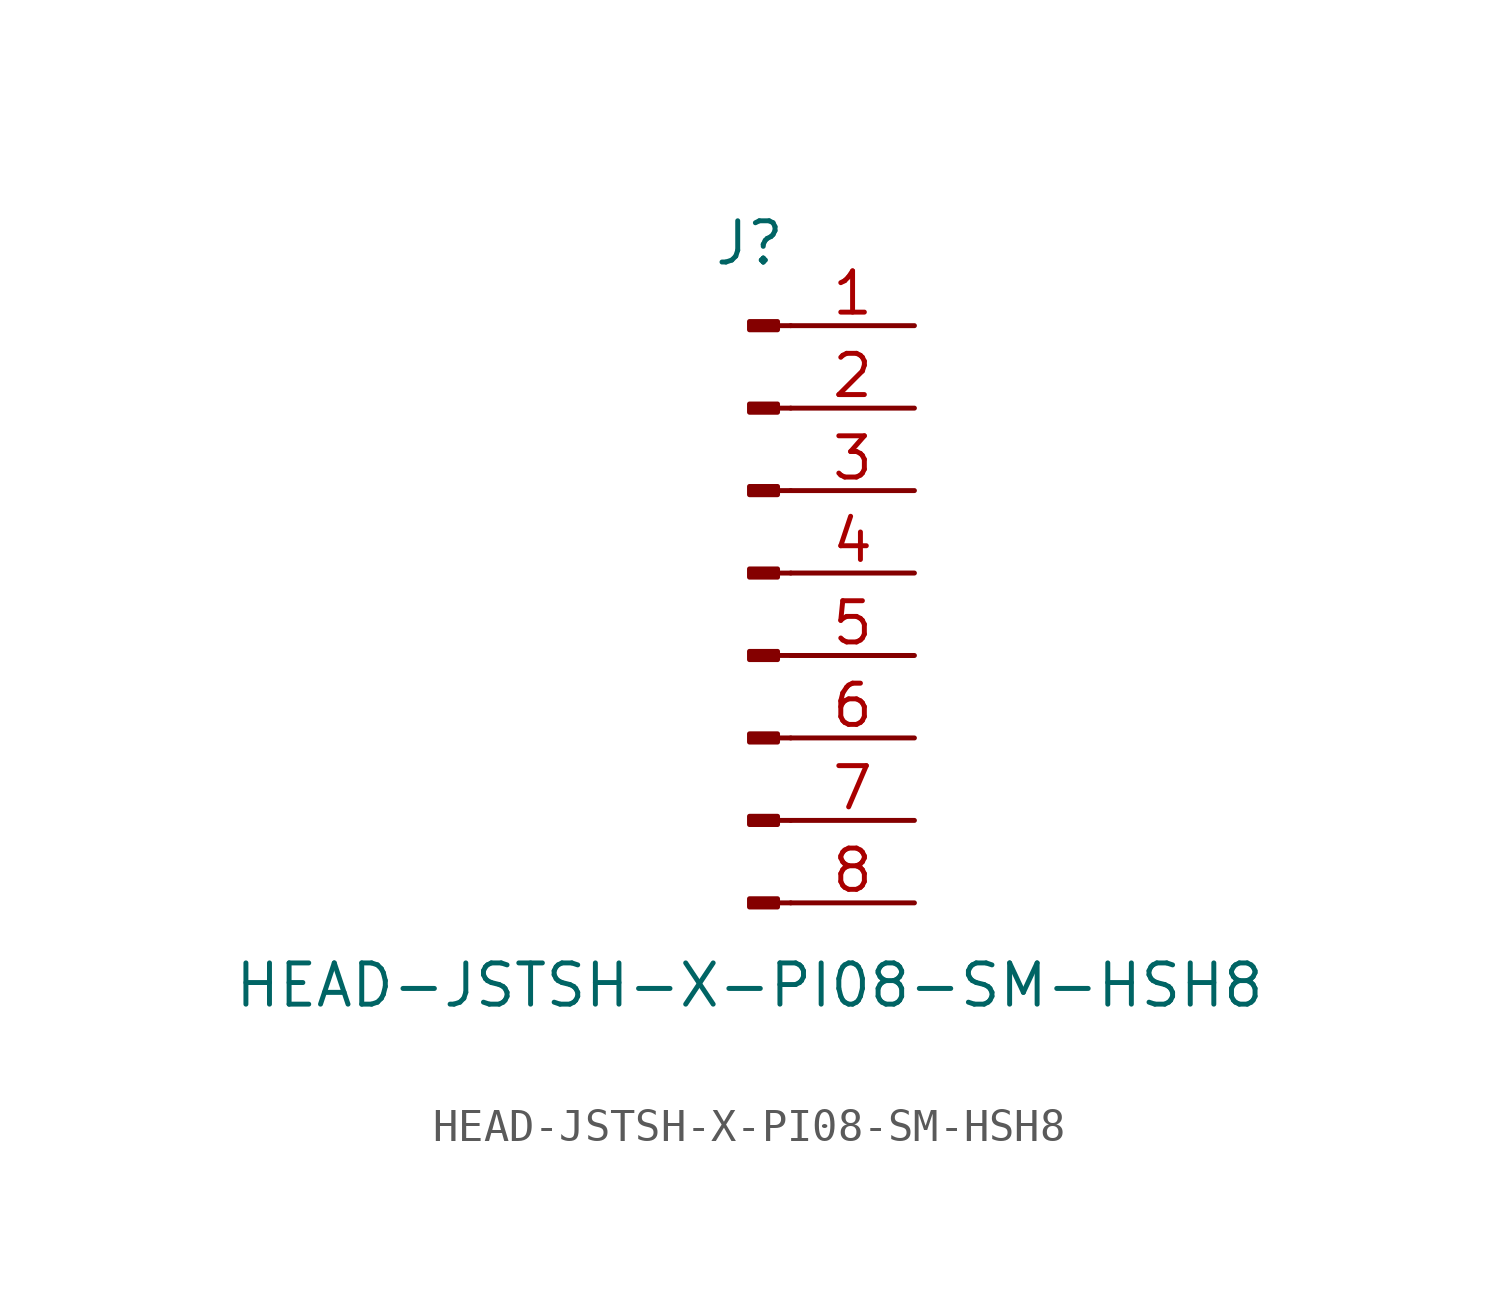
<source format=kicad_sym>
(kicad_symbol_lib
  (version 20211014)
  (generator kicad_symbol_editor)
  (symbol "HEAD-JSTSH-X-PI08-SM-HSH8"
    (pin_names
      (offset 1.016) hide)
    (property "Reference" "J"
      (at 0 10.16 0)
      (effects (font (size 1.27 1.27))))
    (property "Value" "HEAD-JSTSH-X-PI08-SM-HSH8"
      (at 0 -12.7 0)
      (effects (font (size 1.27 1.27))))
    (symbol "HEAD-JSTSH-X-PI08-SM-HSH8_1_1"
      (polyline (pts (xy 1.27 -10.16) (xy 0.864 -10.16)) (stroke (width 0.152) (type default) (color 0 0 0 0)) (fill (type none)))
      (polyline (pts (xy 1.27 -7.62) (xy 0.864 -7.62)) (stroke (width 0.152) (type default) (color 0 0 0 0)) (fill (type none)))
      (polyline (pts (xy 1.27 -5.08) (xy 0.864 -5.08)) (stroke (width 0.152) (type default) (color 0 0 0 0)) (fill (type none)))
      (polyline (pts (xy 1.27 -2.54) (xy 0.864 -2.54)) (stroke (width 0.152) (type default) (color 0 0 0 0)) (fill (type none)))
      (polyline (pts (xy 1.27 0) (xy 0.864 0)) (stroke (width 0.152) (type default) (color 0 0 0 0)) (fill (type none)))
      (polyline (pts (xy 1.27 2.54) (xy 0.864 2.54)) (stroke (width 0.152) (type default) (color 0 0 0 0)) (fill (type none)))
      (polyline (pts (xy 1.27 5.08) (xy 0.864 5.08)) (stroke (width 0.152) (type default) (color 0 0 0 0)) (fill (type none)))
      (polyline (pts (xy 1.27 7.62) (xy 0.864 7.62)) (stroke (width 0.152) (type default) (color 0 0 0 0)) (fill (type none)))
      (rectangle (start 0.864 -10.033) (end 0 -10.287) (stroke (width 0.152) (type default) (color 0 0 0 0)) (fill (type outline)))
      (rectangle (start 0.864 -7.493) (end 0 -7.747) (stroke (width 0.152) (type default) (color 0 0 0 0)) (fill (type outline)))
      (rectangle (start 0.864 -4.953) (end 0 -5.207) (stroke (width 0.152) (type default) (color 0 0 0 0)) (fill (type outline)))
      (rectangle (start 0.864 -2.413) (end 0 -2.667) (stroke (width 0.152) (type default) (color 0 0 0 0)) (fill (type outline)))
      (rectangle (start 0.864 0.127) (end 0 -0.127) (stroke (width 0.152) (type default) (color 0 0 0 0)) (fill (type outline)))
      (rectangle (start 0.864 2.667) (end 0 2.413) (stroke (width 0.152) (type default) (color 0 0 0 0)) (fill (type outline)))
      (rectangle (start 0.864 5.207) (end 0 4.953) (stroke (width 0.152) (type default) (color 0 0 0 0)) (fill (type outline)))
      (rectangle (start 0.864 7.747) (end 0 7.493) (stroke (width 0.152) (type default) (color 0 0 0 0)) (fill (type outline)))
      (pin passive line (at 5.08 7.62 180) (length 3.81) (name "Pin_1" (effects (font (size 1.27 1.27)))) (number "1" (effects (font (size 1.27 1.27)))))
      (pin passive line (at 5.08 5.08 180) (length 3.81) (name "Pin_2" (effects (font (size 1.27 1.27)))) (number "2" (effects (font (size 1.27 1.27)))))
      (pin passive line (at 5.08 2.54 180) (length 3.81) (name "Pin_3" (effects (font (size 1.27 1.27)))) (number "3" (effects (font (size 1.27 1.27)))))
      (pin passive line (at 5.08 0 180) (length 3.81) (name "Pin_4" (effects (font (size 1.27 1.27)))) (number "4" (effects (font (size 1.27 1.27)))))
      (pin passive line (at 5.08 -2.54 180) (length 3.81) (name "Pin_5" (effects (font (size 1.27 1.27)))) (number "5" (effects (font (size 1.27 1.27)))))
      (pin passive line (at 5.08 -5.08 180) (length 3.81) (name "Pin_6" (effects (font (size 1.27 1.27)))) (number "6" (effects (font (size 1.27 1.27)))))
      (pin passive line (at 5.08 -7.62 180) (length 3.81) (name "Pin_7" (effects (font (size 1.27 1.27)))) (number "7" (effects (font (size 1.27 1.27)))))
      (pin passive line (at 5.08 -10.16 180) (length 3.81) (name "Pin_8" (effects (font (size 1.27 1.27)))) (number "8" (effects (font (size 1.27 1.27))))))))
</source>
